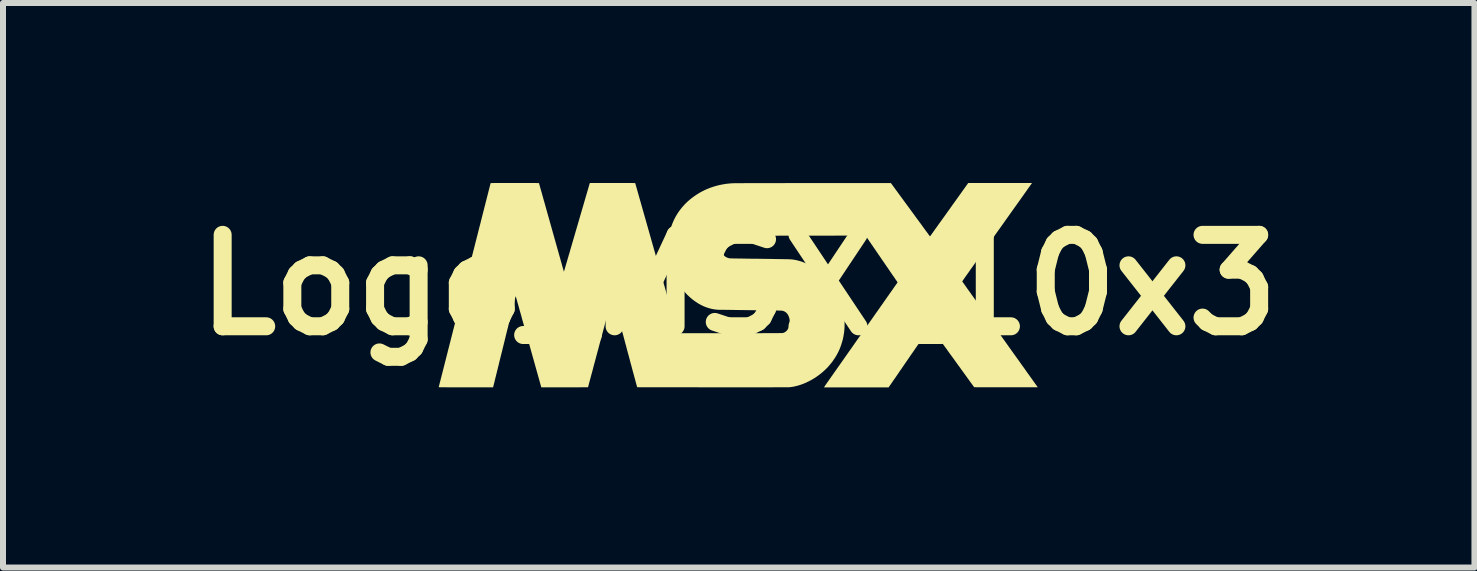
<source format=kicad_pcb>
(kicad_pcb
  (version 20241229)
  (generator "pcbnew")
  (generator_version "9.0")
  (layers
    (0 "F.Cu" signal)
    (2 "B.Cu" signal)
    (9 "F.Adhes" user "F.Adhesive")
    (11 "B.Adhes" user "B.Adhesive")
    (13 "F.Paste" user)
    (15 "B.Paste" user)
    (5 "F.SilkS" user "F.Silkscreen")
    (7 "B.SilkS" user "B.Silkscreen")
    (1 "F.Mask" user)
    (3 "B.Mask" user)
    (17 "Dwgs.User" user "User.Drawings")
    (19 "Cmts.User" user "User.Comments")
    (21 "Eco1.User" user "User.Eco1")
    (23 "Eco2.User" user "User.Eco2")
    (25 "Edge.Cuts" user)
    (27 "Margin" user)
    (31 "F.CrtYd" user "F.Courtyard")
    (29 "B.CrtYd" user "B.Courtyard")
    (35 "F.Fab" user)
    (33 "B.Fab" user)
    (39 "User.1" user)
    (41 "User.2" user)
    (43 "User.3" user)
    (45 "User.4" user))
  (footprint "Logo_MSX_10x3"
    (layer "F.Cu")
    (at 9.26 1.698)
    (property "Reference" "Logo_MSX_10x3" (at 0 0 0) (layer "F.SilkS") (effects (font (size 1.524 1.524) (thickness 0.3))))
    (attr board_only exclude_from_pos_files exclude_from_bom)
    (fp_poly (pts (xy -2.058 -1.698) (xy -2.017 -1.698) (xy -1.98 -1.698) (xy -1.946 -1.698) (xy -1.915 -1.698) (xy -1.887 -1.698) (xy -1.861 -1.698) (xy -1.839 -1.698) (xy -1.819 -1.698) (xy -1.801 -1.698) (xy -1.786 -1.698) (xy -1.772 -1.698) (xy -1.761 -1.698) (xy -1.752 -1.697) (xy -1.744 -1.697) (xy -1.738 -1.697) (xy -1.733 -1.697) (xy -1.729 -1.697) (xy -1.727 -1.696) (xy -1.725 -1.696) (xy -1.724 -1.696) (xy -1.724 -1.695) (xy -1.724 -1.694) (xy -1.723 -1.692) (xy -1.723 -1.689) (xy -1.721 -1.684) (xy -1.72 -1.679) (xy -1.718 -1.672) (xy -1.716 -1.667) (xy -1.716 -1.665) (xy -1.715 -1.662) (xy -1.714 -1.657) (xy -1.711 -1.649) (xy -1.709 -1.639) (xy -1.705 -1.628) (xy -1.704 -1.622) (xy -1.7 -1.611) (xy -1.697 -1.6) (xy -1.695 -1.591) (xy -1.693 -1.585) (xy -1.692 -1.581) (xy -1.692 -1.58) (xy -1.691 -1.578) (xy -1.69 -1.573) (xy -1.688 -1.567) (xy -1.686 -1.561) (xy -1.685 -1.557) (xy -1.684 -1.554) (xy -1.684 -1.552) (xy -1.682 -1.547) (xy -1.681 -1.541) (xy -1.679 -1.535) (xy -1.677 -1.53) (xy -1.677 -1.528) (xy -1.676 -1.525) (xy -1.675 -1.52) (xy -1.672 -1.511) (xy -1.669 -1.501) (xy -1.666 -1.489) (xy -1.662 -1.476) (xy -1.661 -1.472) (xy -1.657 -1.458) (xy -1.654 -1.446) (xy -1.651 -1.435) (xy -1.648 -1.427) (xy -1.646 -1.421) (xy -1.646 -1.417) (xy -1.646 -1.417) (xy -1.645 -1.414) (xy -1.643 -1.409) (xy -1.642 -1.404) (xy -1.64 -1.398) (xy -1.639 -1.393) (xy -1.638 -1.39) (xy -1.637 -1.388) (xy -1.636 -1.382) (xy -1.633 -1.374) (xy -1.63 -1.364) (xy -1.627 -1.352) (xy -1.623 -1.338) (xy -1.622 -1.334) (xy -1.618 -1.321) (xy -1.615 -1.309) (xy -1.612 -1.298) (xy -1.609 -1.289) (xy -1.608 -1.283) (xy -1.607 -1.28) (xy -1.607 -1.28) (xy -1.606 -1.277) (xy -1.604 -1.272) (xy -1.603 -1.267) (xy -1.601 -1.26) (xy -1.6 -1.255) (xy -1.599 -1.253) (xy -1.598 -1.25) (xy -1.597 -1.245) (xy -1.594 -1.237) (xy -1.591 -1.226) (xy -1.588 -1.214) (xy -1.584 -1.201) (xy -1.583 -1.197) (xy -1.579 -1.184) (xy -1.576 -1.171) (xy -1.573 -1.161) (xy -1.57 -1.152) (xy -1.569 -1.146) (xy -1.568 -1.143) (xy -1.568 -1.142) (xy -1.567 -1.14) (xy -1.565 -1.135) (xy -1.564 -1.129) (xy -1.562 -1.123) (xy -1.561 -1.118) (xy -1.56 -1.115) (xy -1.559 -1.113) (xy -1.558 -1.108) (xy -1.555 -1.099) (xy -1.552 -1.089) (xy -1.549 -1.077) (xy -1.545 -1.064) (xy -1.544 -1.06) (xy -1.54 -1.046) (xy -1.537 -1.034) (xy -1.534 -1.023) (xy -1.531 -1.015) (xy -1.53 -1.009) (xy -1.529 -1.005) (xy -1.529 -1.005) (xy -1.528 -1.002) (xy -1.526 -0.997) (xy -1.525 -0.992) (xy -1.523 -0.986) (xy -1.522 -0.981) (xy -1.521 -0.978) (xy -1.52 -0.976) (xy -1.519 -0.97) (xy -1.516 -0.962) (xy -1.513 -0.952) (xy -1.51 -0.94) (xy -1.506 -0.926) (xy -1.505 -0.922) (xy -1.501 -0.909) (xy -1.498 -0.897) (xy -1.495 -0.886) (xy -1.492 -0.877) (xy -1.491 -0.871) (xy -1.49 -0.868) (xy -1.49 -0.868) (xy -1.489 -0.865) (xy -1.487 -0.86) (xy -1.486 -0.855) (xy -1.484 -0.848) (xy -1.483 -0.843) (xy -1.482 -0.841) (xy -1.481 -0.838) (xy -1.48 -0.833) (xy -1.477 -0.825) (xy -1.475 -0.814) (xy -1.471 -0.802) (xy -1.467 -0.789) (xy -1.466 -0.785) (xy -1.462 -0.772) (xy -1.459 -0.759) (xy -1.456 -0.749) (xy -1.453 -0.74) (xy -1.452 -0.734) (xy -1.451 -0.731) (xy -1.451 -0.73) (xy -1.45 -0.728) (xy -1.449 -0.723) (xy -1.447 -0.717) (xy -1.445 -0.711) (xy -1.444 -0.706) (xy -1.443 -0.703) (xy -1.442 -0.701) (xy -1.441 -0.695) (xy -1.438 -0.687) (xy -1.436 -0.677) (xy -1.432 -0.665) (xy -1.428 -0.652) (xy -1.427 -0.648) (xy -1.423 -0.634) (xy -1.42 -0.622) (xy -1.417 -0.611) (xy -1.414 -0.603) (xy -1.413 -0.596) (xy -1.412 -0.593) (xy -1.412 -0.593) (xy -1.411 -0.59) (xy -1.41 -0.585) (xy -1.408 -0.58) (xy -1.406 -0.574) (xy -1.405 -0.569) (xy -1.404 -0.567) (xy -1.404 -0.564) (xy -1.402 -0.559) (xy -1.401 -0.554) (xy -1.399 -0.548) (xy -1.397 -0.543) (xy -1.397 -0.54) (xy -1.396 -0.538) (xy -1.394 -0.532) (xy -1.392 -0.524) (xy -1.389 -0.514) (xy -1.386 -0.503) (xy -1.385 -0.497) (xy -1.381 -0.486) (xy -1.378 -0.475) (xy -1.376 -0.467) (xy -1.374 -0.46) (xy -1.373 -0.456) (xy -1.373 -0.456) (xy -1.372 -0.453) (xy -1.371 -0.448) (xy -1.369 -0.443) (xy -1.367 -0.437) (xy -1.366 -0.432) (xy -1.365 -0.43) (xy -1.365 -0.427) (xy -1.363 -0.422) (xy -1.362 -0.417) (xy -1.36 -0.41) (xy -1.358 -0.405) (xy -1.358 -0.403) (xy -1.357 -0.4) (xy -1.355 -0.395) (xy -1.353 -0.387) (xy -1.35 -0.377) (xy -1.347 -0.365) (xy -1.346 -0.36) (xy -1.342 -0.348) (xy -1.339 -0.338) (xy -1.337 -0.329) (xy -1.335 -0.323) (xy -1.334 -0.319) (xy -1.334 -0.318) (xy -1.333 -0.316) (xy -1.332 -0.311) (xy -1.33 -0.305) (xy -1.328 -0.299) (xy -1.327 -0.294) (xy -1.326 -0.292) (xy -1.326 -0.29) (xy -1.324 -0.285) (xy -1.323 -0.279) (xy -1.321 -0.273) (xy -1.319 -0.268) (xy -1.319 -0.265) (xy -1.318 -0.263) (xy -1.316 -0.257) (xy -1.314 -0.249) (xy -1.311 -0.239) (xy -1.308 -0.228) (xy -1.307 -0.223) (xy -1.303 -0.211) (xy -1.3 -0.201) (xy -1.298 -0.192) (xy -1.296 -0.185) (xy -1.295 -0.182) (xy -1.295 -0.181) (xy -1.294 -0.178) (xy -1.293 -0.173) (xy -1.291 -0.168) (xy -1.289 -0.162) (xy -1.288 -0.157) (xy -1.287 -0.155) (xy -1.287 -0.152) (xy -1.285 -0.147) (xy -1.284 -0.142) (xy -1.282 -0.136) (xy -1.28 -0.131) (xy -1.28 -0.128) (xy -1.279 -0.126) (xy -1.277 -0.12) (xy -1.275 -0.112) (xy -1.272 -0.102) (xy -1.269 -0.091) (xy -1.268 -0.085) (xy -1.264 -0.074) (xy -1.261 -0.063) (xy -1.259 -0.055) (xy -1.257 -0.048) (xy -1.256 -0.044) (xy -1.256 -0.044) (xy -1.255 -0.041) (xy -1.254 -0.036) (xy -1.252 -0.031) (xy -1.25 -0.024) (xy -1.249 -0.02) (xy -1.248 -0.018) (xy -1.248 -0.015) (xy -1.246 -0.01) (xy -1.245 -0.005) (xy -1.243 0.002) (xy -1.241 0.007) (xy -1.241 0.009) (xy -1.24 0.012) (xy -1.238 0.017) (xy -1.236 0.025) (xy -1.233 0.035) (xy -1.23 0.047) (xy -1.229 0.052) (xy -1.225 0.064) (xy -1.222 0.074) (xy -1.22 0.083) (xy -1.218 0.089) (xy -1.217 0.093) (xy -1.217 0.094) (xy -1.216 0.096) (xy -1.215 0.101) (xy -1.213 0.107) (xy -1.211 0.113) (xy -1.21 0.118) (xy -1.209 0.12) (xy -1.209 0.122) (xy -1.207 0.127) (xy -1.206 0.133) (xy -1.204 0.139) (xy -1.202 0.144) (xy -1.202 0.147) (xy -1.201 0.149) (xy -1.2 0.155) (xy -1.197 0.163) (xy -1.194 0.173) (xy -1.191 0.184) (xy -1.19 0.189) (xy -1.186 0.201) (xy -1.183 0.211) (xy -1.181 0.22) (xy -1.179 0.227) (xy -1.178 0.23) (xy -1.178 0.231) (xy -1.177 0.234) (xy -1.176 0.239) (xy -1.174 0.244) (xy -1.172 0.25) (xy -1.171 0.255) (xy -1.17 0.257) (xy -1.17 0.26) (xy -1.168 0.265) (xy -1.167 0.27) (xy -1.165 0.276) (xy -1.163 0.282) (xy -1.163 0.284) (xy -1.162 0.287) (xy -1.161 0.292) (xy -1.158 0.3) (xy -1.155 0.31) (xy -1.152 0.321) (xy -1.151 0.327) (xy -1.147 0.338) (xy -1.144 0.349) (xy -1.142 0.358) (xy -1.14 0.364) (xy -1.139 0.368) (xy -1.139 0.368) (xy -1.138 0.371) (xy -1.137 0.376) (xy -1.135 0.381) (xy -1.133 0.388) (xy -1.132 0.392) (xy -1.131 0.394) (xy -1.131 0.397) (xy -1.129 0.402) (xy -1.128 0.407) (xy -1.126 0.414) (xy -1.124 0.419) (xy -1.124 0.421) (xy -1.123 0.424) (xy -1.122 0.429) (xy -1.119 0.437) (xy -1.116 0.447) (xy -1.113 0.459) (xy -1.112 0.464) (xy -1.108 0.476) (xy -1.105 0.486) (xy -1.103 0.495) (xy -1.101 0.501) (xy -1.1 0.505) (xy -1.1 0.506) (xy -1.099 0.508) (xy -1.098 0.513) (xy -1.096 0.519) (xy -1.094 0.525) (xy -1.093 0.53) (xy -1.092 0.532) (xy -1.092 0.534) (xy -1.09 0.539) (xy -1.089 0.545) (xy -1.087 0.551) (xy -1.085 0.556) (xy -1.085 0.559) (xy -1.084 0.561) (xy -1.083 0.567) (xy -1.08 0.575) (xy -1.077 0.585) (xy -1.074 0.596) (xy -1.073 0.601) (xy -1.069 0.613) (xy -1.066 0.623) (xy -1.064 0.632) (xy -1.062 0.639) (xy -1.061 0.642) (xy -1.061 0.643) (xy -1.06 0.646) (xy -1.059 0.651) (xy -1.057 0.656) (xy -1.055 0.662) (xy -1.054 0.667) (xy -1.053 0.669) (xy -1.053 0.672) (xy -1.051 0.677) (xy -1.05 0.682) (xy -1.048 0.688) (xy -1.046 0.694) (xy -1.046 0.696) (xy -1.045 0.699) (xy -1.044 0.704) (xy -1.041 0.712) (xy -1.039 0.722) (xy -1.035 0.733) (xy -1.034 0.739) (xy -1.03 0.75) (xy -1.027 0.761) (xy -1.025 0.77) (xy -1.023 0.776) (xy -1.022 0.78) (xy -1.022 0.78) (xy -1.021 0.783) (xy -1.02 0.788) (xy -1.018 0.794) (xy -1.015 0.805) (xy -0.22 0.804) (xy -0.148 0.804) (xy -0.079 0.804) (xy -0.014 0.804) (xy 0.047 0.804) (xy 0.106 0.804) (xy 0.161 0.804) (xy 0.212 0.804) (xy 0.261 0.804) (xy 0.307 0.804) (xy 0.35 0.804) (xy 0.39 0.804) (xy 0.427 0.803) (xy 0.462 0.803) (xy 0.494 0.803) (xy 0.523 0.803) (xy 0.551 0.803) (xy 0.575 0.803) (xy 0.598 0.803) (xy 0.619 0.803) (xy 0.637 0.803) (xy 0.654 0.803) (xy 0.669 0.803) (xy 0.682 0.802) (xy 0.693 0.802) (xy 0.703 0.802) (xy 0.711 0.802) (xy 0.718 0.802) (xy 0.724 0.802) (xy 0.728 0.802) (xy 0.731 0.801) (xy 0.734 0.801) (xy 0.735 0.801) (xy 0.755 0.795) (xy 0.773 0.785) (xy 0.79 0.772) (xy 0.805 0.757) (xy 0.818 0.738) (xy 0.829 0.717) (xy 0.838 0.693) (xy 0.845 0.667) (xy 0.848 0.652) (xy 0.848 0.646) (xy 0.849 0.637) (xy 0.849 0.626) (xy 0.849 0.615) (xy 0.849 0.603) (xy 0.849 0.592) (xy 0.848 0.583) (xy 0.848 0.577) (xy 0.848 0.576) (xy 0.842 0.55) (xy 0.834 0.526) (xy 0.824 0.504) (xy 0.811 0.484) (xy 0.797 0.467) (xy 0.78 0.453) (xy 0.762 0.442) (xy 0.743 0.434) (xy 0.724 0.43) (xy 0.722 0.429) (xy 0.72 0.429) (xy 0.717 0.429) (xy 0.714 0.429) (xy 0.709 0.428) (xy 0.704 0.428) (xy 0.697 0.428) (xy 0.689 0.428) (xy 0.679 0.428) (xy 0.668 0.427) (xy 0.655 0.427) (xy 0.639 0.427) (xy 0.621 0.427) (xy 0.6 0.426) (xy 0.577 0.426) (xy 0.551 0.426) (xy 0.522 0.425) (xy 0.49 0.425) (xy 0.454 0.424) (xy 0.432 0.424) (xy 0.421 0.424) (xy 0.406 0.424) (xy 0.389 0.424) (xy 0.37 0.423) (xy 0.35 0.423) (xy 0.33 0.423) (xy 0.309 0.422) (xy 0.296 0.422) (xy 0.276 0.422) (xy 0.255 0.422) (xy 0.233 0.421) (xy 0.213 0.421) (xy 0.194 0.421) (xy 0.176 0.421) (xy 0.161 0.42) (xy 0.154 0.42) (xy 0.141 0.42) (xy 0.125 0.42) (xy 0.106 0.42) (xy 0.086 0.419) (xy 0.065 0.419) (xy 0.044 0.419) (xy 0.024 0.419) (xy 0.019 0.419) (xy -0.002 0.418) (xy -0.023 0.418) (xy -0.046 0.418) (xy -0.068 0.417) (xy -0.088 0.417) (xy -0.107 0.417) (xy -0.124 0.417) (xy -0.126 0.417) (xy -0.143 0.416) (xy -0.162 0.416) (xy -0.183 0.416) (xy -0.205 0.416) (xy -0.227 0.415) (xy -0.248 0.415) (xy -0.264 0.415) (xy -0.286 0.415) (xy -0.304 0.414) (xy -0.32 0.414) (xy -0.334 0.414) (xy -0.345 0.413) (xy -0.356 0.413) (xy -0.365 0.412) (xy -0.374 0.411) (xy -0.383 0.41) (xy -0.392 0.409) (xy -0.402 0.408) (xy -0.407 0.407) (xy -0.412 0.406) (xy -0.418 0.406) (xy -0.418 0.405) (xy -0.423 0.404) (xy -0.428 0.404) (xy -0.433 0.403) (xy -0.436 0.402) (xy -0.44 0.401) (xy -0.445 0.4) (xy -0.45 0.399) (xy -0.454 0.398) (xy -0.46 0.397) (xy -0.462 0.396) (xy -0.467 0.395) (xy -0.47 0.394) (xy -0.474 0.393) (xy -0.476 0.393) (xy -0.48 0.392) (xy -0.486 0.39) (xy -0.49 0.389) (xy -0.496 0.387) (xy -0.501 0.386) (xy -0.503 0.385) (xy -0.507 0.384) (xy -0.513 0.382) (xy -0.52 0.38) (xy -0.528 0.377) (xy -0.534 0.375) (xy -0.538 0.373) (xy -0.539 0.373) (xy -0.542 0.372) (xy -0.548 0.37) (xy -0.556 0.367) (xy -0.561 0.365) (xy -0.585 0.355) (xy -0.61 0.343) (xy -0.636 0.33) (xy -0.661 0.316) (xy -0.672 0.31) (xy -0.721 0.278) (xy -0.768 0.244) (xy -0.813 0.206) (xy -0.856 0.166) (xy -0.897 0.122) (xy -0.936 0.076) (xy -0.972 0.028) (xy -1.005 -0.023) (xy -1.036 -0.077) (xy -1.055 -0.113) (xy -1.061 -0.125) (xy -1.065 -0.134) (xy -1.069 -0.143) (xy -1.074 -0.152) (xy -1.078 -0.162) (xy -1.079 -0.163) (xy -1.082 -0.17) (xy -1.084 -0.176) (xy -1.085 -0.178) (xy -1.091 -0.192) (xy -1.098 -0.21) (xy -1.106 -0.23) (xy -1.113 -0.252) (xy -1.12 -0.275) (xy -1.127 -0.298) (xy -1.134 -0.32) (xy -1.14 -0.342) (xy -1.145 -0.362) (xy -1.148 -0.378) (xy -1.149 -0.382) (xy -1.15 -0.388) (xy -1.151 -0.391) (xy -1.153 -0.401) (xy -1.154 -0.409) (xy -1.156 -0.416) (xy -1.157 -0.422) (xy -1.157 -0.426) (xy -1.158 -0.432) (xy -1.159 -0.436) (xy -1.159 -0.437) (xy -1.16 -0.441) (xy -1.161 -0.447) (xy -1.161 -0.449) (xy -1.162 -0.455) (xy -1.163 -0.459) (xy -1.163 -0.46) (xy -1.164 -0.467) (xy -1.165 -0.476) (xy -1.166 -0.487) (xy -1.168 -0.5) (xy -1.168 -0.506) (xy -1.169 -0.513) (xy -1.17 -0.521) (xy -1.17 -0.525) (xy -1.171 -0.54) (xy -1.172 -0.557) (xy -1.173 -0.577) (xy -1.174 -0.599) (xy -1.174 -0.622) (xy -1.174 -0.646) (xy -1.174 -0.669) (xy -1.173 -0.692) (xy -1.173 -0.713) (xy -1.172 -0.733) (xy -1.17 -0.75) (xy -1.17 -0.752) (xy -1.169 -0.76) (xy -1.169 -0.769) (xy -1.168 -0.778) (xy -1.167 -0.784) (xy -1.167 -0.787) (xy -1.166 -0.791) (xy -1.165 -0.798) (xy -1.165 -0.802) (xy -1.164 -0.808) (xy -1.163 -0.814) (xy -1.163 -0.816) (xy -1.162 -0.82) (xy -1.161 -0.826) (xy -1.161 -0.826) (xy -1.159 -0.836) (xy -1.157 -0.846) (xy -1.155 -0.856) (xy -1.154 -0.861) (xy -1.153 -0.867) (xy -1.152 -0.874) (xy -1.149 -0.885) (xy -1.146 -0.898) (xy -1.142 -0.912) (xy -1.138 -0.926) (xy -1.134 -0.941) (xy -1.13 -0.955) (xy -1.126 -0.967) (xy -1.125 -0.97) (xy -1.104 -1.027) (xy -1.08 -1.082) (xy -1.053 -1.135) (xy -1.022 -1.187) (xy -0.988 -1.237) (xy -0.95 -1.285) (xy -0.944 -1.293) (xy -0.902 -1.34) (xy -0.858 -1.384) (xy -0.811 -1.425) (xy -0.761 -1.464) (xy -0.709 -1.5) (xy -0.655 -1.534) (xy -0.598 -1.565) (xy -0.597 -1.565) (xy -0.587 -1.57) (xy -0.578 -1.575) (xy -0.569 -1.579) (xy -0.563 -1.582) (xy -0.562 -1.582) (xy -0.554 -1.586) (xy -0.545 -1.59) (xy -0.537 -1.594) (xy -0.53 -1.597) (xy -0.525 -1.599) (xy -0.522 -1.6) (xy -0.522 -1.6) (xy -0.52 -1.601) (xy -0.516 -1.602) (xy -0.514 -1.603) (xy -0.509 -1.605) (xy -0.504 -1.607) (xy -0.504 -1.607) (xy -0.499 -1.609) (xy -0.496 -1.611) (xy -0.49 -1.613) (xy -0.482 -1.616) (xy -0.472 -1.62) (xy -0.46 -1.624) (xy -0.448 -1.628) (xy -0.436 -1.632) (xy -0.425 -1.636) (xy -0.414 -1.639) (xy -0.405 -1.642) (xy -0.399 -1.644) (xy -0.395 -1.644) (xy -0.395 -1.644) (xy -0.392 -1.645) (xy -0.388 -1.647) (xy -0.387 -1.647) (xy -0.383 -1.649) (xy -0.381 -1.649) (xy -0.38 -1.649) (xy -0.379 -1.649) (xy -0.375 -1.65) (xy -0.373 -1.651) (xy -0.367 -1.653) (xy -0.362 -1.654) (xy -0.361 -1.655) (xy -0.357 -1.656) (xy -0.351 -1.657) (xy -0.345 -1.658) (xy -0.34 -1.66) (xy -0.337 -1.66) (xy -0.333 -1.661) (xy -0.327 -1.663) (xy -0.322 -1.664) (xy -0.315 -1.666) (xy -0.307 -1.667) (xy -0.303 -1.668) (xy -0.298 -1.669) (xy -0.295 -1.67) (xy -0.295 -1.67) (xy -0.292 -1.67) (xy -0.288 -1.671) (xy -0.287 -1.671) (xy -0.281 -1.672) (xy -0.277 -1.673) (xy -0.277 -1.673) (xy -0.273 -1.674) (xy -0.268 -1.675) (xy -0.267 -1.675) (xy -0.255 -1.677) (xy -0.248 -1.679) (xy -0.244 -1.679) (xy -0.238 -1.68) (xy -0.236 -1.68) (xy -0.23 -1.681) (xy -0.225 -1.682) (xy -0.224 -1.682) (xy -0.22 -1.683) (xy -0.214 -1.684) (xy -0.209 -1.684) (xy -0.203 -1.685) (xy -0.197 -1.686) (xy -0.195 -1.686) (xy -0.191 -1.687) (xy -0.185 -1.687) (xy -0.178 -1.688) (xy -0.178 -1.688) (xy -0.17 -1.689) (xy -0.163 -1.69) (xy -0.159 -1.69) (xy -0.154 -1.69) (xy -0.146 -1.691) (xy -0.136 -1.692) (xy -0.127 -1.693) (xy -0.118 -1.693) (xy -0.11 -1.694) (xy -0.107 -1.694) (xy -0.103 -1.694) (xy -0.096 -1.694) (xy -0.088 -1.694) (xy -0.078 -1.695) (xy -0.067 -1.695) (xy -0.053 -1.695) (xy -0.038 -1.695) (xy -0.02 -1.695) (xy -0.001 -1.695) (xy 0.021 -1.695) (xy 0.045 -1.695) (xy 0.071 -1.695) (xy 0.1 -1.696) (xy 0.131 -1.696) (xy 0.165 -1.696) (xy 0.201 -1.696) (xy 0.239 -1.696) (xy 0.28 -1.696) (xy 0.324 -1.696) (xy 0.371 -1.696) (xy 0.421 -1.696) (xy 0.473 -1.696) (xy 0.529 -1.696) (xy 0.587 -1.696) (xy 0.649 -1.696) (xy 0.714 -1.696) (xy 0.782 -1.697) (xy 0.853 -1.697) (xy 0.928 -1.697) (xy 1.006 -1.697) (xy 1.087 -1.697) (xy 1.172 -1.697) (xy 1.261 -1.697) (xy 1.338 -1.697) (xy 2.536 -1.697) (xy 2.551 -1.677) (xy 2.556 -1.67) (xy 2.561 -1.663) (xy 2.567 -1.655) (xy 2.573 -1.646) (xy 2.581 -1.636) (xy 2.59 -1.624) (xy 2.6 -1.61) (xy 2.612 -1.593) (xy 2.626 -1.574) (xy 2.626 -1.574) (xy 2.635 -1.563) (xy 2.643 -1.551) (xy 2.652 -1.538) (xy 2.66 -1.528) (xy 2.664 -1.522) (xy 2.671 -1.513) (xy 2.679 -1.502) (xy 2.688 -1.49) (xy 2.697 -1.477) (xy 2.705 -1.466) (xy 2.714 -1.455) (xy 2.723 -1.442) (xy 2.732 -1.43) (xy 2.74 -1.419) (xy 2.746 -1.41) (xy 2.754 -1.399) (xy 2.763 -1.387) (xy 2.772 -1.375) (xy 2.78 -1.364) (xy 2.781 -1.363) (xy 2.788 -1.354) (xy 2.796 -1.342) (xy 2.805 -1.33) (xy 2.814 -1.318) (xy 2.822 -1.307) (xy 2.83 -1.296) (xy 2.839 -1.284) (xy 2.847 -1.273) (xy 2.854 -1.263) (xy 2.86 -1.255) (xy 2.86 -1.255) (xy 2.866 -1.247) (xy 2.873 -1.237) (xy 2.881 -1.226) (xy 2.89 -1.214) (xy 2.898 -1.203) (xy 2.898 -1.203) (xy 2.907 -1.191) (xy 2.916 -1.179) (xy 2.925 -1.167) (xy 2.933 -1.155) (xy 2.939 -1.147) (xy 2.947 -1.136) (xy 2.956 -1.123) (xy 2.965 -1.111) (xy 2.973 -1.1) (xy 2.974 -1.099) (xy 2.981 -1.09) (xy 2.989 -1.079) (xy 2.998 -1.067) (xy 3.007 -1.054) (xy 3.015 -1.043) (xy 3.024 -1.032) (xy 3.033 -1.019) (xy 3.042 -1.007) (xy 3.05 -0.996) (xy 3.056 -0.987) (xy 3.069 -0.97) (xy 3.079 -0.955) (xy 3.088 -0.943) (xy 3.096 -0.932) (xy 3.103 -0.923) (xy 3.109 -0.914) (xy 3.115 -0.906) (xy 3.121 -0.898) (xy 3.127 -0.89) (xy 3.133 -0.883) (xy 3.141 -0.871) (xy 3.15 -0.86) (xy 3.158 -0.848) (xy 3.165 -0.838) (xy 3.171 -0.83) (xy 3.172 -0.829) (xy 3.177 -0.822) (xy 3.182 -0.816) (xy 3.185 -0.811) (xy 3.187 -0.809) (xy 3.187 -0.809) (xy 3.188 -0.811) (xy 3.192 -0.815) (xy 3.197 -0.821) (xy 3.203 -0.83) (xy 3.211 -0.84) (xy 3.219 -0.852) (xy 3.228 -0.865) (xy 3.233 -0.871) (xy 3.243 -0.886) (xy 3.256 -0.903) (xy 3.27 -0.924) (xy 3.286 -0.946) (xy 3.304 -0.971) (xy 3.323 -0.998) (xy 3.343 -1.026) (xy 3.365 -1.056) (xy 3.387 -1.087) (xy 3.41 -1.119) (xy 3.434 -1.152) (xy 3.458 -1.186) (xy 3.482 -1.22) (xy 3.507 -1.254) (xy 3.531 -1.288) (xy 3.555 -1.322) (xy 3.579 -1.356) (xy 3.603 -1.389) (xy 3.626 -1.421) (xy 3.648 -1.452) (xy 3.669 -1.481) (xy 3.677 -1.492) (xy 3.694 -1.516) (xy 3.71 -1.538) (xy 3.725 -1.56) (xy 3.74 -1.581) (xy 3.754 -1.6) (xy 3.767 -1.618) (xy 3.779 -1.635) (xy 3.789 -1.649) (xy 3.798 -1.662) (xy 3.805 -1.672) (xy 3.811 -1.679) (xy 3.814 -1.684) (xy 3.815 -1.686) (xy 3.824 -1.698) (xy 4.356 -1.698) (xy 4.4 -1.698) (xy 4.443 -1.698) (xy 4.485 -1.698) (xy 4.526 -1.698) (xy 4.565 -1.698) (xy 4.603 -1.698) (xy 4.639 -1.698) (xy 4.673 -1.698) (xy 4.706 -1.698) (xy 4.736 -1.698) (xy 4.764 -1.698) (xy 4.789 -1.698) (xy 4.812 -1.698) (xy 4.832 -1.698) (xy 4.849 -1.698) (xy 4.863 -1.698) (xy 4.874 -1.698) (xy 4.882 -1.697) (xy 4.886 -1.697) (xy 4.887 -1.697) (xy 4.886 -1.696) (xy 4.883 -1.691) (xy 4.878 -1.684) (xy 4.87 -1.674) (xy 4.861 -1.661) (xy 4.85 -1.646) (xy 4.838 -1.628) (xy 4.823 -1.608) (xy 4.807 -1.585) (xy 4.79 -1.56) (xy 4.77 -1.533) (xy 4.75 -1.504) (xy 4.728 -1.473) (xy 4.704 -1.44) (xy 4.68 -1.405) (xy 4.654 -1.369) (xy 4.627 -1.331) (xy 4.598 -1.291) (xy 4.569 -1.25) (xy 4.539 -1.208) (xy 4.508 -1.164) (xy 4.476 -1.119) (xy 4.443 -1.073) (xy 4.41 -1.026) (xy 4.376 -0.978) (xy 4.341 -0.929) (xy 4.306 -0.88) (xy 4.305 -0.879) (xy 4.258 -0.812) (xy 4.212 -0.748) (xy 4.169 -0.687) (xy 4.127 -0.629) (xy 4.088 -0.573) (xy 4.05 -0.521) (xy 4.015 -0.47) (xy 3.981 -0.423) (xy 3.95 -0.379) (xy 3.92 -0.337) (xy 3.893 -0.298) (xy 3.867 -0.263) (xy 3.844 -0.229) (xy 3.823 -0.199) (xy 3.803 -0.172) (xy 3.786 -0.148) (xy 3.771 -0.126) (xy 3.758 -0.108) (xy 3.747 -0.092) (xy 3.739 -0.079) (xy 3.732 -0.07) (xy 3.727 -0.063) (xy 3.725 -0.059) (xy 3.725 -0.059) (xy 3.725 -0.058) (xy 3.725 -0.058) (xy 3.726 -0.057) (xy 3.726 -0.056) (xy 3.728 -0.054) (xy 3.729 -0.052) (xy 3.731 -0.049) (xy 3.734 -0.045) (xy 3.737 -0.04) (xy 3.742 -0.034) (xy 3.747 -0.027) (xy 3.753 -0.019) (xy 3.76 -0.009) (xy 3.768 0.002) (xy 3.777 0.015) (xy 3.787 0.03) (xy 3.799 0.046) (xy 3.812 0.065) (xy 3.827 0.086) (xy 3.844 0.109) (xy 3.862 0.134) (xy 3.881 0.162) (xy 3.903 0.192) (xy 3.926 0.225) (xy 3.952 0.26) (xy 3.979 0.299) (xy 4.046 0.393) (xy 4.113 0.486) (xy 4.179 0.579) (xy 4.245 0.671) (xy 4.31 0.762) (xy 4.374 0.852) (xy 4.437 0.94) (xy 4.498 1.026) (xy 4.558 1.11) (xy 4.616 1.191) (xy 4.673 1.27) (xy 4.685 1.287) (xy 4.705 1.316) (xy 4.726 1.345) (xy 4.747 1.374) (xy 4.767 1.402) (xy 4.787 1.43) (xy 4.806 1.458) (xy 4.825 1.484) (xy 4.843 1.508) (xy 4.859 1.532) (xy 4.875 1.553) (xy 4.889 1.573) (xy 4.901 1.59) (xy 4.912 1.605) (xy 4.92 1.617) (xy 4.923 1.621) (xy 4.983 1.705) (xy 4.454 1.705) (xy 4.399 1.705) (xy 4.349 1.705) (xy 4.302 1.705) (xy 4.258 1.705) (xy 4.217 1.705) (xy 4.18 1.705) (xy 4.145 1.705) (xy 4.114 1.705) (xy 4.085 1.705) (xy 4.06 1.705) (xy 4.036 1.705) (xy 4.016 1.705) (xy 3.997 1.705) (xy 3.981 1.705) (xy 3.968 1.705) (xy 3.956 1.705) (xy 3.946 1.704) (xy 3.938 1.704) (xy 3.932 1.704) (xy 3.927 1.704) (xy 3.924 1.704) (xy 3.923 1.704) (xy 3.923 1.703) (xy 3.921 1.702) (xy 3.918 1.697) (xy 3.913 1.69) (xy 3.906 1.68) (xy 3.897 1.668) (xy 3.886 1.653) (xy 3.874 1.636) (xy 3.86 1.618) (xy 3.845 1.597) (xy 3.829 1.574) (xy 3.811 1.55) (xy 3.793 1.524) (xy 3.773 1.497) (xy 3.753 1.469) (xy 3.731 1.439) (xy 3.709 1.409) (xy 3.687 1.377) (xy 3.663 1.345) (xy 3.64 1.313) (xy 3.616 1.28) (xy 3.592 1.246) (xy 3.568 1.213) (xy 3.543 1.179) (xy 3.519 1.146) (xy 3.495 1.113) (xy 3.472 1.08) (xy 3.448 1.047) (xy 3.425 1.016) (xy 3.403 0.985) (xy 3.381 0.955) (xy 3.361 0.926) (xy 3.341 0.898) (xy 3.321 0.872) (xy 3.304 0.847) (xy 3.287 0.824) (xy 3.271 0.802) (xy 3.257 0.783) (xy 3.244 0.765) (xy 3.233 0.749) (xy 3.223 0.736) (xy 3.216 0.725) (xy 3.214 0.722) (xy 3.194 0.696) (xy 3.19 0.702) (xy 3.188 0.705) (xy 3.184 0.71) (xy 3.179 0.718) (xy 3.172 0.728) (xy 3.164 0.74) (xy 3.154 0.754) (xy 3.144 0.769) (xy 3.132 0.786) (xy 3.12 0.803) (xy 3.113 0.813) (xy 3.101 0.831) (xy 3.089 0.848) (xy 3.078 0.865) (xy 3.067 0.88) (xy 3.058 0.894) (xy 3.05 0.905) (xy 3.043 0.915) (xy 3.038 0.923) (xy 3.035 0.928) (xy 3.034 0.929) (xy 3.031 0.933) (xy 3.028 0.937) (xy 3.025 0.942) (xy 3.021 0.947) (xy 3.016 0.954) (xy 3.01 0.963) (xy 3.002 0.975) (xy 2.995 0.986) (xy 2.986 0.999) (xy 2.978 1.01) (xy 2.972 1.018) (xy 2.968 1.025) (xy 2.964 1.03) (xy 2.961 1.035) (xy 2.958 1.039) (xy 2.956 1.042) (xy 2.954 1.045) (xy 2.95 1.051) (xy 2.944 1.059) (xy 2.937 1.07) (xy 2.928 1.083) (xy 2.917 1.099) (xy 2.905 1.116) (xy 2.892 1.135) (xy 2.877 1.156) (xy 2.862 1.178) (xy 2.846 1.202) (xy 2.829 1.226) (xy 2.812 1.252) (xy 2.794 1.277) (xy 2.776 1.303) (xy 2.759 1.328) (xy 2.742 1.353) (xy 2.726 1.376) (xy 2.711 1.399) (xy 2.696 1.419) (xy 2.683 1.438) (xy 2.671 1.456) (xy 2.661 1.471) (xy 2.652 1.484) (xy 2.644 1.495) (xy 2.639 1.503) (xy 2.635 1.509) (xy 2.633 1.512) (xy 2.63 1.516) (xy 2.627 1.52) (xy 2.624 1.524) (xy 2.62 1.53) (xy 2.616 1.537) (xy 2.61 1.546) (xy 2.602 1.557) (xy 2.594 1.568) (xy 2.579 1.589) (xy 2.566 1.608) (xy 2.554 1.626) (xy 2.543 1.642) (xy 2.531 1.66) (xy 2.518 1.678) (xy 2.497 1.708) (xy 1.959 1.708) (xy 1.915 1.708) (xy 1.871 1.708) (xy 1.829 1.708) (xy 1.788 1.708) (xy 1.748 1.708) (xy 1.71 1.708) (xy 1.674 1.708) (xy 1.639 1.708) (xy 1.606 1.708) (xy 1.576 1.708) (xy 1.548 1.708) (xy 1.522 1.708) (xy 1.499 1.708) (xy 1.478 1.708) (xy 1.461 1.708) (xy 1.446 1.708) (xy 1.435 1.707) (xy 1.426 1.707) (xy 1.422 1.707) (xy 1.421 1.707) (xy 1.421 1.705) (xy 1.424 1.7) (xy 1.43 1.693) (xy 1.437 1.682) (xy 1.446 1.668) (xy 1.458 1.652) (xy 1.471 1.632) (xy 1.487 1.61) (xy 1.504 1.585) (xy 1.513 1.573) (xy 1.518 1.565) (xy 1.524 1.557) (xy 1.527 1.553) (xy 1.53 1.549) (xy 1.534 1.543) (xy 1.54 1.534) (xy 1.547 1.524) (xy 1.556 1.512) (xy 1.565 1.499) (xy 1.574 1.486) (xy 1.575 1.485) (xy 1.584 1.471) (xy 1.593 1.458) (xy 1.602 1.447) (xy 1.609 1.436) (xy 1.615 1.427) (xy 1.62 1.421) (xy 1.623 1.417) (xy 1.623 1.417) (xy 1.628 1.409) (xy 1.634 1.401) (xy 1.636 1.397) (xy 1.639 1.394) (xy 1.643 1.387) (xy 1.649 1.379) (xy 1.657 1.368) (xy 1.665 1.356) (xy 1.675 1.343) (xy 1.684 1.329) (xy 1.691 1.32) (xy 1.701 1.305) (xy 1.711 1.291) (xy 1.72 1.278) (xy 1.728 1.267) (xy 1.735 1.257) (xy 1.74 1.249) (xy 1.744 1.244) (xy 1.746 1.242) (xy 1.748 1.238) (xy 1.753 1.232) (xy 1.759 1.223) (xy 1.766 1.212) (xy 1.775 1.2) (xy 1.784 1.187) (xy 1.794 1.173) (xy 1.8 1.164) (xy 1.811 1.149) (xy 1.82 1.135) (xy 1.829 1.123) (xy 1.837 1.111) (xy 1.844 1.101) (xy 1.85 1.093) (xy 1.853 1.088) (xy 1.855 1.086) (xy 1.86 1.079) (xy 1.866 1.071) (xy 1.868 1.067) (xy 1.871 1.063) (xy 1.876 1.057) (xy 1.882 1.048) (xy 1.889 1.038) (xy 1.897 1.026) (xy 1.906 1.013) (xy 1.916 1) (xy 1.916 0.999) (xy 1.926 0.985) (xy 1.935 0.972) (xy 1.943 0.96) (xy 1.951 0.95) (xy 1.957 0.941) (xy 1.961 0.934) (xy 1.964 0.931) (xy 1.964 0.93) (xy 1.969 0.923) (xy 1.975 0.915) (xy 1.978 0.911) (xy 1.98 0.907) (xy 1.985 0.901) (xy 1.991 0.893) (xy 1.998 0.882) (xy 2.007 0.87) (xy 2.016 0.857) (xy 2.026 0.843) (xy 2.032 0.833) (xy 2.043 0.819) (xy 2.052 0.805) (xy 2.061 0.792) (xy 2.069 0.78) (xy 2.076 0.771) (xy 2.082 0.763) (xy 2.086 0.757) (xy 2.087 0.755) (xy 2.09 0.752) (xy 2.094 0.745) (xy 2.1 0.737) (xy 2.108 0.726) (xy 2.116 0.714) (xy 2.126 0.701) (xy 2.135 0.687) (xy 2.142 0.677) (xy 2.152 0.663) (xy 2.162 0.649) (xy 2.171 0.636) (xy 2.179 0.625) (xy 2.186 0.615) (xy 2.191 0.607) (xy 2.195 0.602) (xy 2.196 0.6) (xy 2.201 0.593) (xy 2.207 0.585) (xy 2.21 0.58) (xy 2.213 0.577) (xy 2.217 0.57) (xy 2.223 0.562) (xy 2.23 0.551) (xy 2.239 0.54) (xy 2.248 0.527) (xy 2.257 0.513) (xy 2.258 0.512) (xy 2.267 0.499) (xy 2.276 0.486) (xy 2.285 0.474) (xy 2.292 0.463) (xy 2.298 0.455) (xy 2.303 0.448) (xy 2.306 0.444) (xy 2.306 0.444) (xy 2.311 0.437) (xy 2.317 0.429) (xy 2.32 0.425) (xy 2.322 0.421) (xy 2.326 0.415) (xy 2.332 0.406) (xy 2.34 0.396) (xy 2.348 0.384) (xy 2.358 0.37) (xy 2.367 0.356) (xy 2.374 0.347) (xy 2.384 0.333) (xy 2.394 0.319) (xy 2.403 0.306) (xy 2.411 0.294) (xy 2.418 0.284) (xy 2.423 0.276) (xy 2.427 0.271) (xy 2.429 0.269) (xy 2.431 0.265) (xy 2.436 0.259) (xy 2.442 0.25) (xy 2.449 0.24) (xy 2.458 0.228) (xy 2.467 0.214) (xy 2.477 0.2) (xy 2.483 0.191) (xy 2.494 0.177) (xy 2.503 0.163) (xy 2.512 0.15) (xy 2.52 0.138) (xy 2.527 0.129) (xy 2.533 0.121) (xy 2.536 0.116) (xy 2.538 0.114) (xy 2.543 0.106) (xy 2.549 0.098) (xy 2.552 0.094) (xy 2.554 0.09) (xy 2.559 0.084) (xy 2.565 0.076) (xy 2.572 0.065) (xy 2.58 0.053) (xy 2.589 0.04) (xy 2.599 0.027) (xy 2.6 0.025) (xy 2.609 0.012) (xy 2.618 -0.001) (xy 2.626 -0.012) (xy 2.633 -0.021) (xy 2.638 -0.029) (xy 2.642 -0.035) (xy 2.644 -0.037) (xy 2.644 -0.038) (xy 2.646 -0.04) (xy 2.646 -0.043) (xy 2.644 -0.047) (xy 2.642 -0.051) (xy 2.638 -0.057) (xy 2.633 -0.064) (xy 2.632 -0.066) (xy 2.629 -0.071) (xy 2.624 -0.078) (xy 2.617 -0.087) (xy 2.61 -0.098) (xy 2.601 -0.111) (xy 2.593 -0.123) (xy 2.589 -0.129) (xy 2.58 -0.142) (xy 2.571 -0.154) (xy 2.563 -0.166) (xy 2.556 -0.176) (xy 2.55 -0.185) (xy 2.546 -0.191) (xy 2.545 -0.193) (xy 2.541 -0.198) (xy 2.536 -0.206) (xy 2.529 -0.215) (xy 2.522 -0.226) (xy 2.513 -0.239) (xy 2.505 -0.251) (xy 2.5 -0.258) (xy 2.491 -0.271) (xy 2.483 -0.284) (xy 2.474 -0.295) (xy 2.467 -0.306) (xy 2.461 -0.314) (xy 2.457 -0.321) (xy 2.456 -0.323) (xy 2.452 -0.328) (xy 2.447 -0.335) (xy 2.44 -0.345) (xy 2.433 -0.356) (xy 2.424 -0.369) (xy 2.415 -0.381) (xy 2.411 -0.388) (xy 2.402 -0.401) (xy 2.393 -0.413) (xy 2.385 -0.425) (xy 2.378 -0.436) (xy 2.372 -0.444) (xy 2.368 -0.451) (xy 2.366 -0.453) (xy 2.363 -0.458) (xy 2.358 -0.465) (xy 2.351 -0.475) (xy 2.344 -0.486) (xy 2.335 -0.498) (xy 2.326 -0.511) (xy 2.322 -0.518) (xy 2.313 -0.531) (xy 2.304 -0.543) (xy 2.296 -0.555) (xy 2.289 -0.566) (xy 2.283 -0.574) (xy 2.279 -0.581) (xy 2.277 -0.583) (xy 2.274 -0.588) (xy 2.269 -0.595) (xy 2.262 -0.605) (xy 2.255 -0.616) (xy 2.246 -0.628) (xy 2.237 -0.641) (xy 2.233 -0.648) (xy 2.224 -0.661) (xy 2.215 -0.673) (xy 2.207 -0.685) (xy 2.2 -0.696) (xy 2.194 -0.705) (xy 2.189 -0.711) (xy 2.188 -0.713) (xy 2.184 -0.718) (xy 2.179 -0.726) (xy 2.172 -0.736) (xy 2.165 -0.747) (xy 2.156 -0.759) (xy 2.148 -0.772) (xy 2.146 -0.775) (xy 2.114 -0.822) (xy 1.222 -0.821) (xy 1.128 -0.821) (xy 1.038 -0.821) (xy 0.951 -0.821) (xy 0.868 -0.821) (xy 0.788 -0.821) (xy 0.712 -0.821) (xy 0.639 -0.82) (xy 0.57 -0.82) (xy 0.504 -0.82) (xy 0.442 -0.82) (xy 0.383 -0.82) (xy 0.327 -0.82) (xy 0.274 -0.82) (xy 0.225 -0.82) (xy 0.179 -0.82) (xy 0.136 -0.82) (xy 0.097 -0.82) (xy 0.06 -0.819) (xy 0.027 -0.819) (xy -0.004 -0.819) (xy -0.031 -0.819) (xy -0.056 -0.819) (xy -0.077 -0.819) (xy -0.096 -0.819) (xy -0.112 -0.819) (xy -0.125 -0.818) (xy -0.135 -0.818) (xy -0.143 -0.818) (xy -0.147 -0.818) (xy -0.15 -0.818) (xy -0.15 -0.818) (xy -0.154 -0.817) (xy -0.16 -0.816) (xy -0.168 -0.814) (xy -0.178 -0.811) (xy -0.189 -0.807) (xy -0.2 -0.803) (xy -0.202 -0.802) (xy -0.222 -0.79) (xy -0.24 -0.776) (xy -0.257 -0.759) (xy -0.271 -0.739) (xy -0.282 -0.717) (xy -0.291 -0.694) (xy -0.297 -0.669) (xy -0.298 -0.66) (xy -0.299 -0.648) (xy -0.3 -0.633) (xy -0.299 -0.617) (xy -0.298 -0.602) (xy -0.296 -0.589) (xy -0.296 -0.588) (xy -0.295 -0.582) (xy -0.294 -0.577) (xy -0.292 -0.572) (xy -0.29 -0.564) (xy -0.289 -0.563) (xy -0.285 -0.552) (xy -0.28 -0.539) (xy -0.273 -0.527) (xy -0.267 -0.516) (xy -0.265 -0.512) (xy -0.252 -0.496) (xy -0.236 -0.481) (xy -0.218 -0.468) (xy -0.2 -0.458) (xy -0.18 -0.45) (xy -0.167 -0.446) (xy -0.164 -0.446) (xy -0.161 -0.445) (xy -0.158 -0.445) (xy -0.155 -0.444) (xy -0.152 -0.444) (xy -0.148 -0.443) (xy -0.144 -0.443) (xy -0.138 -0.443) (xy -0.132 -0.442) (xy -0.124 -0.442) (xy -0.114 -0.442) (xy -0.103 -0.442) (xy -0.09 -0.441) (xy -0.074 -0.441) (xy -0.056 -0.441) (xy -0.036 -0.441) (xy -0.013 -0.44) (xy 0.014 -0.44) (xy 0.043 -0.44) (xy 0.076 -0.439) (xy 0.092 -0.439) (xy 0.102 -0.439) (xy 0.114 -0.439) (xy 0.13 -0.438) (xy 0.147 -0.438) (xy 0.166 -0.438) (xy 0.185 -0.438) (xy 0.205 -0.437) (xy 0.22 -0.437) (xy 0.24 -0.437) (xy 0.26 -0.437) (xy 0.28 -0.436) (xy 0.3 -0.436) (xy 0.317 -0.436) (xy 0.333 -0.436) (xy 0.346 -0.435) (xy 0.354 -0.435) (xy 0.365 -0.435) (xy 0.379 -0.435) (xy 0.396 -0.435) (xy 0.414 -0.434) (xy 0.434 -0.434) (xy 0.454 -0.434) (xy 0.473 -0.434) (xy 0.482 -0.433) (xy 0.513 -0.433) (xy 0.542 -0.433) (xy 0.568 -0.432) (xy 0.593 -0.432) (xy 0.618 -0.431) (xy 0.642 -0.431) (xy 0.667 -0.431) (xy 0.694 -0.43) (xy 0.724 -0.43) (xy 0.743 -0.43) (xy 0.769 -0.429) (xy 0.791 -0.429) (xy 0.81 -0.429) (xy 0.826 -0.428) (xy 0.84 -0.428) (xy 0.851 -0.427) (xy 0.861 -0.427) (xy 0.868 -0.427) (xy 0.874 -0.426) (xy 0.884 -0.425) (xy 0.893 -0.424) (xy 0.901 -0.423) (xy 0.906 -0.422) (xy 0.911 -0.422) (xy 0.917 -0.421) (xy 0.918 -0.42) (xy 0.924 -0.42) (xy 0.929 -0.419) (xy 0.93 -0.418) (xy 0.936 -0.417) (xy 0.939 -0.417) (xy 0.945 -0.416) (xy 0.948 -0.415) (xy 0.954 -0.414) (xy 0.959 -0.413) (xy 0.964 -0.412) (xy 0.967 -0.411) (xy 0.972 -0.41) (xy 0.974 -0.409) (xy 0.979 -0.408) (xy 0.982 -0.407) (xy 0.988 -0.406) (xy 0.99 -0.405) (xy 0.995 -0.404) (xy 1 -0.403) (xy 1.002 -0.402) (xy 1.007 -0.4) (xy 1.01 -0.399) (xy 1.01 -0.399) (xy 1.013 -0.399) (xy 1.019 -0.398) (xy 1.027 -0.395) (xy 1.037 -0.392) (xy 1.048 -0.388) (xy 1.061 -0.384) (xy 1.073 -0.379) (xy 1.085 -0.374) (xy 1.097 -0.37) (xy 1.107 -0.366) (xy 1.116 -0.362) (xy 1.117 -0.362) (xy 1.122 -0.36) (xy 1.125 -0.358) (xy 1.126 -0.358) (xy 1.128 -0.357) (xy 1.133 -0.355) (xy 1.14 -0.352) (xy 1.149 -0.347) (xy 1.159 -0.342) (xy 1.17 -0.337) (xy 1.181 -0.331) (xy 1.191 -0.326) (xy 1.201 -0.321) (xy 1.209 -0.317) (xy 1.213 -0.315) (xy 1.267 -0.282) (xy 1.32 -0.246) (xy 1.37 -0.208) (xy 1.418 -0.166) (xy 1.464 -0.122) (xy 1.506 -0.076) (xy 1.547 -0.027) (xy 1.584 0.024) (xy 1.618 0.078) (xy 1.621 0.083) (xy 1.631 0.1) (xy 1.642 0.12) (xy 1.653 0.141) (xy 1.664 0.163) (xy 1.674 0.184) (xy 1.683 0.205) (xy 1.684 0.207) (xy 1.689 0.218) (xy 1.694 0.232) (xy 1.7 0.247) (xy 1.706 0.263) (xy 1.711 0.279) (xy 1.717 0.295) (xy 1.722 0.31) (xy 1.726 0.323) (xy 1.729 0.335) (xy 1.731 0.342) (xy 1.731 0.345) (xy 1.733 0.35) (xy 1.733 0.352) (xy 1.735 0.358) (xy 1.736 0.363) (xy 1.736 0.364) (xy 1.737 0.369) (xy 1.738 0.372) (xy 1.741 0.385) (xy 1.743 0.394) (xy 1.744 0.398) (xy 1.747 0.418) (xy 1.748 0.423) (xy 1.749 0.429) (xy 1.749 0.429) (xy 1.751 0.439) (xy 1.753 0.447) (xy 1.753 0.449) (xy 1.754 0.453) (xy 1.755 0.46) (xy 1.755 0.464) (xy 1.756 0.47) (xy 1.757 0.476) (xy 1.757 0.478) (xy 1.757 0.482) (xy 1.758 0.488) (xy 1.759 0.494) (xy 1.76 0.501) (xy 1.76 0.508) (xy 1.761 0.511) (xy 1.762 0.524) (xy 1.763 0.539) (xy 1.763 0.557) (xy 1.764 0.577) (xy 1.764 0.599) (xy 1.764 0.621) (xy 1.764 0.643) (xy 1.764 0.665) (xy 1.764 0.686) (xy 1.763 0.705) (xy 1.762 0.723) (xy 1.761 0.737) (xy 1.761 0.744) (xy 1.76 0.75) (xy 1.759 0.757) (xy 1.759 0.764) (xy 1.758 0.771) (xy 1.757 0.778) (xy 1.757 0.783) (xy 1.755 0.796) (xy 1.753 0.809) (xy 1.753 0.81) (xy 1.752 0.816) (xy 1.751 0.821) (xy 1.751 0.823) (xy 1.75 0.827) (xy 1.749 0.833) (xy 1.749 0.833) (xy 1.748 0.839) (xy 1.747 0.844) (xy 1.747 0.845) (xy 1.746 0.85) (xy 1.745 0.856) (xy 1.745 0.856) (xy 1.744 0.862) (xy 1.743 0.867) (xy 1.742 0.871) (xy 1.741 0.876) (xy 1.74 0.882) (xy 1.739 0.888) (xy 1.738 0.889) (xy 1.736 0.902) (xy 1.732 0.917) (xy 1.727 0.935) (xy 1.721 0.954) (xy 1.715 0.974) (xy 1.709 0.994) (xy 1.702 1.014) (xy 1.695 1.033) (xy 1.689 1.05) (xy 1.683 1.065) (xy 1.68 1.071) (xy 1.677 1.078) (xy 1.674 1.086) (xy 1.672 1.089) (xy 1.662 1.111) (xy 1.65 1.135) (xy 1.636 1.161) (xy 1.622 1.186) (xy 1.607 1.21) (xy 1.593 1.231) (xy 1.558 1.282) (xy 1.519 1.33) (xy 1.478 1.377) (xy 1.433 1.421) (xy 1.386 1.463) (xy 1.336 1.502) (xy 1.284 1.539) (xy 1.229 1.573) (xy 1.217 1.58) (xy 1.208 1.585) (xy 1.198 1.59) (xy 1.187 1.596) (xy 1.175 1.602) (xy 1.162 1.609) (xy 1.15 1.615) (xy 1.138 1.62) (xy 1.127 1.626) (xy 1.118 1.63) (xy 1.111 1.633) (xy 1.107 1.635) (xy 1.105 1.635) (xy 1.103 1.636) (xy 1.099 1.638) (xy 1.096 1.639) (xy 1.09 1.642) (xy 1.084 1.644) (xy 1.083 1.645) (xy 1.077 1.647) (xy 1.074 1.648) (xy 1.07 1.65) (xy 1.064 1.652) (xy 1.059 1.654) (xy 1.051 1.656) (xy 1.043 1.66) (xy 1.039 1.661) (xy 1.032 1.663) (xy 1.025 1.666) (xy 1.023 1.667) (xy 1.017 1.668) (xy 1.01 1.67) (xy 1.005 1.672) (xy 0.999 1.674) (xy 0.993 1.676) (xy 0.986 1.678) (xy 0.978 1.68) (xy 0.974 1.681) (xy 0.971 1.682) (xy 0.97 1.682) (xy 0.968 1.682) (xy 0.965 1.683) (xy 0.965 1.683) (xy 0.959 1.685) (xy 0.955 1.686) (xy 0.95 1.687) (xy 0.944 1.688) (xy 0.937 1.69) (xy 0.929 1.692) (xy 0.924 1.693) (xy 0.921 1.694) (xy 0.915 1.695) (xy 0.911 1.695) (xy 0.906 1.696) (xy 0.9 1.697) (xy 0.9 1.697) (xy 0.894 1.698) (xy 0.889 1.699) (xy 0.889 1.699) (xy 0.881 1.7) (xy 0.87 1.702) (xy 0.86 1.703) (xy 0.853 1.704) (xy 0.847 1.705) (xy 0.844 1.705) (xy 0.841 1.705) (xy 0.835 1.705) (xy 0.826 1.705) (xy 0.813 1.705) (xy 0.797 1.705) (xy 0.778 1.705) (xy 0.756 1.705) (xy 0.731 1.705) (xy 0.703 1.705) (xy 0.673 1.705) (xy 0.64 1.705) (xy 0.604 1.705) (xy 0.567 1.706) (xy 0.527 1.706) (xy 0.485 1.706) (xy 0.441 1.706) (xy 0.395 1.706) (xy 0.348 1.706) (xy 0.299 1.706) (xy 0.248 1.706) (xy 0.196 1.706) (xy 0.143 1.706) (xy 0.089 1.706) (xy 0.033 1.706) (xy -0.023 1.706) (xy -0.08 1.706) (xy -0.138 1.706) (xy -0.196 1.706) (xy -0.255 1.706) (xy -0.314 1.706) (xy -0.373 1.706) (xy -0.433 1.706) (xy -0.492 1.706) (xy -0.552 1.706) (xy -0.611 1.706) (xy -0.669 1.706) (xy -0.727 1.705) (xy -0.785 1.705) (xy -0.842 1.705) (xy -0.898 1.705) (xy -0.953 1.705) (xy -1.007 1.705) (xy -1.06 1.705) (xy -1.111 1.705) (xy -1.162 1.705) (xy -1.21 1.705) (xy -1.257 1.705) (xy -1.302 1.705) (xy -1.346 1.705) (xy -1.387 1.705) (xy -1.426 1.705) (xy -1.464 1.705) (xy -1.498 1.705) (xy -1.531 1.705) (xy -1.56 1.705) (xy -1.587 1.705) (xy -1.611 1.705) (xy -1.633 1.705) (xy -1.651 1.705) (xy -1.666 1.705) (xy -1.678 1.704) (xy -1.686 1.704) (xy -1.691 1.704) (xy -1.693 1.704) (xy -1.693 1.702) (xy -1.695 1.697) (xy -1.697 1.688) (xy -1.7 1.677) (xy -1.704 1.662) (xy -1.709 1.644) (xy -1.715 1.623) (xy -1.721 1.599) (xy -1.728 1.573) (xy -1.736 1.545) (xy -1.744 1.514) (xy -1.753 1.481) (xy -1.763 1.445) (xy -1.773 1.408) (xy -1.783 1.369) (xy -1.794 1.328) (xy -1.806 1.286) (xy -1.817 1.242) (xy -1.829 1.197) (xy -1.842 1.15) (xy -1.855 1.102) (xy -1.868 1.054) (xy -1.875 1.025) (xy -1.889 0.975) (xy -1.902 0.925) (xy -1.915 0.876) (xy -1.928 0.828) (xy -1.941 0.782) (xy -1.953 0.736) (xy -1.965 0.691) (xy -1.976 0.648) (xy -1.987 0.606) (xy -1.998 0.566) (xy -2.008 0.528) (xy -2.018 0.492) (xy -2.027 0.458) (xy -2.036 0.426) (xy -2.044 0.396) (xy -2.051 0.369) (xy -2.057 0.345) (xy -2.063 0.324) (xy -2.068 0.305) (xy -2.072 0.29) (xy -2.075 0.278) (xy -2.078 0.269) (xy -2.078 0.267) (xy -2.083 0.248) (xy -2.088 0.232) (xy -2.091 0.218) (xy -2.094 0.208) (xy -2.096 0.2) (xy -2.098 0.193) (xy -2.099 0.189) (xy -2.1 0.186) (xy -2.1 0.184) (xy -2.101 0.182) (xy -2.101 0.182) (xy -2.101 0.181) (xy -2.102 0.18) (xy -2.103 0.182) (xy -2.104 0.184) (xy -2.105 0.186) (xy -2.106 0.192) (xy -2.108 0.2) (xy -2.112 0.212) (xy -2.116 0.227) (xy -2.12 0.246) (xy -2.126 0.267) (xy -2.132 0.29) (xy -2.139 0.317) (xy -2.147 0.346) (xy -2.156 0.377) (xy -2.165 0.411) (xy -2.174 0.446) (xy -2.184 0.484) (xy -2.195 0.524) (xy -2.206 0.566) (xy -2.218 0.609) (xy -2.23 0.654) (xy -2.242 0.701) (xy -2.255 0.748) (xy -2.268 0.797) (xy -2.282 0.848) (xy -2.295 0.899) (xy -2.308 0.945) (xy -2.322 0.997) (xy -2.335 1.048) (xy -2.349 1.099) (xy -2.362 1.147) (xy -2.375 1.195) (xy -2.387 1.241) (xy -2.399 1.286) (xy -2.411 1.329) (xy -2.422 1.371) (xy -2.432 1.41) (xy -2.442 1.448) (xy -2.452 1.483) (xy -2.461 1.517) (xy -2.469 1.548) (xy -2.477 1.576) (xy -2.484 1.602) (xy -2.49 1.626) (xy -2.496 1.646) (xy -2.5 1.664) (xy -2.504 1.679) (xy -2.507 1.69) (xy -2.51 1.699) (xy -2.511 1.704) (xy -2.511 1.705) (xy -2.513 1.705) (xy -2.518 1.705) (xy -2.527 1.705) (xy -2.539 1.705) (xy -2.554 1.705) (xy -2.572 1.705) (xy -2.592 1.705) (xy -2.615 1.705) (xy -2.641 1.706) (xy -2.668 1.706) (xy -2.698 1.706) (xy -2.729 1.706) (xy -2.762 1.706) (xy -2.797 1.706) (xy -2.832 1.706) (xy -2.869 1.706) (xy -2.901 1.706) (xy -3.29 1.706) (xy -3.502 0.949) (xy -3.517 0.897) (xy -3.531 0.846) (xy -3.545 0.796) (xy -3.559 0.747) (xy -3.572 0.7) (xy -3.585 0.654) (xy -3.598 0.609) (xy -3.61 0.566) (xy -3.621 0.524) (xy -3.632 0.485) (xy -3.643 0.447) (xy -3.653 0.412) (xy -3.662 0.378) (xy -3.671 0.347) (xy -3.679 0.318) (xy -3.687 0.292) (xy -3.693 0.269) (xy -3.699 0.248) (xy -3.704 0.23) (xy -3.708 0.215) (xy -3.711 0.204) (xy -3.714 0.195) (xy -3.715 0.19) (xy -3.716 0.189) (xy -3.717 0.189) (xy -3.718 0.194) (xy -3.72 0.201) (xy -3.723 0.212) (xy -3.727 0.225) (xy -3.731 0.242) (xy -3.735 0.257) (xy -3.739 0.273) (xy -3.743 0.288) (xy -3.746 0.301) (xy -3.749 0.313) (xy -3.751 0.322) (xy -3.753 0.329) (xy -3.754 0.333) (xy -3.754 0.333) (xy -3.754 0.335) (xy -3.756 0.341) (xy -3.758 0.35) (xy -3.761 0.362) (xy -3.765 0.377) (xy -3.769 0.395) (xy -3.774 0.416) (xy -3.78 0.439) (xy -3.786 0.465) (xy -3.793 0.493) (xy -3.801 0.524) (xy -3.809 0.556) (xy -3.817 0.591) (xy -3.826 0.627) (xy -3.836 0.665) (xy -3.845 0.704) (xy -3.856 0.745) (xy -3.866 0.787) (xy -3.877 0.83) (xy -3.888 0.875) (xy -3.891 0.889) (xy -3.902 0.933) (xy -3.913 0.977) (xy -3.923 1.019) (xy -3.934 1.061) (xy -3.943 1.101) (xy -3.953 1.139) (xy -3.962 1.176) (xy -3.971 1.211) (xy -3.979 1.244) (xy -3.987 1.275) (xy -3.994 1.304) (xy -4 1.331) (xy -4.006 1.355) (xy -4.012 1.377) (xy -4.016 1.396) (xy -4.02 1.412) (xy -4.024 1.425) (xy -4.026 1.435) (xy -4.028 1.441) (xy -4.028 1.445) (xy -4.028 1.445) (xy -4.03 1.45) (xy -4.031 1.457) (xy -4.032 1.461) (xy -4.034 1.466) (xy -4.034 1.468) (xy -4.035 1.473) (xy -4.036 1.476) (xy -4.043 1.503) (xy -4.043 1.505) (xy -4.045 1.51) (xy -4.045 1.513) (xy -4.046 1.518) (xy -4.047 1.52) (xy -4.048 1.522) (xy -4.049 1.528) (xy -4.051 1.536) (xy -4.054 1.546) (xy -4.056 1.557) (xy -4.057 1.56) (xy -4.06 1.571) (xy -4.063 1.582) (xy -4.065 1.591) (xy -4.066 1.598) (xy -4.067 1.601) (xy -4.067 1.602) (xy -4.068 1.605) (xy -4.069 1.611) (xy -4.071 1.619) (xy -4.074 1.63) (xy -4.077 1.642) (xy -4.08 1.656) (xy -4.081 1.656) (xy -4.093 1.706) (xy -4.547 1.706) (xy -4.595 1.706) (xy -4.64 1.706) (xy -4.682 1.706) (xy -4.72 1.706) (xy -4.755 1.706) (xy -4.787 1.706) (xy -4.816 1.706) (xy -4.842 1.706) (xy -4.866 1.706) (xy -4.887 1.705) (xy -4.906 1.705) (xy -4.923 1.705) (xy -4.937 1.705) (xy -4.95 1.705) (xy -4.961 1.705) (xy -4.97 1.705) (xy -4.977 1.705) (xy -4.984 1.705) (xy -4.989 1.704) (xy -4.992 1.704) (xy -4.995 1.704) (xy -4.997 1.704) (xy -4.999 1.703) (xy -4.999 1.703) (xy -5 1.703) (xy -4.999 1.702) (xy -4.998 1.699) (xy -4.997 1.693) (xy -4.996 1.691) (xy -4.995 1.685) (xy -4.994 1.682) (xy -4.993 1.681) (xy -4.993 1.677) (xy -4.992 1.675) (xy -4.991 1.669) (xy -4.99 1.667) (xy -4.987 1.654) (xy -4.986 1.652) (xy -4.985 1.647) (xy -4.984 1.644) (xy -4.983 1.64) (xy -4.983 1.637) (xy -4.982 1.635) (xy -4.981 1.63) (xy -4.979 1.622) (xy -4.976 1.611) (xy -4.973 1.599) (xy -4.969 1.586) (xy -4.966 1.571) (xy -4.962 1.556) (xy -4.958 1.541) (xy -4.954 1.526) (xy -4.951 1.512) (xy -4.947 1.499) (xy -4.945 1.488) (xy -4.942 1.479) (xy -4.941 1.473) (xy -4.94 1.47) (xy -4.939 1.465) (xy -4.938 1.463) (xy -4.937 1.457) (xy -4.936 1.455) (xy -4.935 1.45) (xy -4.934 1.448) (xy -4.931 1.433) (xy -4.929 1.428) (xy -4.929 1.426) (xy -4.928 1.424) (xy -4.927 1.418) (xy -4.925 1.41) (xy -4.922 1.4) (xy -4.919 1.388) (xy -4.916 1.374) (xy -4.912 1.359) (xy -4.908 1.344) (xy -4.904 1.329) (xy -4.9 1.314) (xy -4.897 1.3) (xy -4.894 1.288) (xy -4.891 1.277) (xy -4.888 1.268) (xy -4.887 1.261) (xy -4.886 1.258) (xy -4.885 1.253) (xy -4.884 1.251) (xy -4.881 1.238) (xy -4.88 1.236) (xy -4.879 1.231) (xy -4.879 1.229) (xy -4.877 1.224) (xy -4.877 1.221) (xy -4.876 1.216) (xy -4.875 1.214) (xy -4.875 1.212) (xy -4.873 1.207) (xy -4.871 1.199) (xy -4.868 1.188) (xy -4.865 1.176) (xy -4.862 1.162) (xy -4.858 1.148) (xy -4.854 1.133) (xy -4.85 1.118) (xy -4.847 1.103) (xy -4.843 1.089) (xy -4.84 1.076) (xy -4.837 1.065) (xy -4.835 1.056) (xy -4.833 1.05) (xy -4.832 1.046) (xy -4.831 1.042) (xy -4.83 1.039) (xy -4.825 1.019) (xy -4.825 1.017) (xy -4.824 1.012) (xy -4.823 1.01) (xy -4.822 1.005) (xy -4.821 1.003) (xy -4.821 1.001) (xy -4.819 0.995) (xy -4.817 0.987) (xy -4.815 0.977) (xy -4.811 0.964) (xy -4.808 0.951) (xy -4.804 0.936) (xy -4.8 0.921) (xy -4.797 0.906) (xy -4.793 0.891) (xy -4.789 0.877) (xy -4.786 0.864) (xy -4.783 0.853) (xy -4.781 0.844) (xy -4.779 0.838) (xy -4.778 0.835) (xy -4.777 0.83) (xy -4.777 0.828) (xy -4.775 0.823) (xy -4.775 0.82) (xy -4.773 0.815) (xy -4.773 0.813) (xy -4.769 0.798) (xy -4.768 0.793) (xy -4.767 0.791) (xy -4.767 0.789) (xy -4.765 0.784) (xy -4.763 0.775) (xy -4.761 0.765) (xy -4.758 0.753) (xy -4.754 0.739) (xy -4.75 0.725) (xy -4.747 0.71) (xy -4.743 0.694) (xy -4.739 0.68) (xy -4.735 0.666) (xy -4.732 0.653) (xy -4.729 0.642) (xy -4.727 0.633) (xy -4.725 0.626) (xy -4.724 0.623) (xy -4.723 0.619) (xy -4.723 0.616) (xy -4.721 0.611) (xy -4.721 0.609) (xy -4.72 0.604) (xy -4.719 0.601) (xy -4.717 0.594) (xy -4.716 0.589) (xy -4.715 0.587) (xy -4.715 0.585) (xy -4.714 0.579) (xy -4.711 0.571) (xy -4.709 0.561) (xy -4.706 0.549) (xy -4.702 0.535) (xy -4.698 0.52) (xy -4.694 0.505) (xy -4.691 0.489) (xy -4.687 0.474) (xy -4.683 0.459) (xy -4.679 0.446) (xy -4.676 0.434) (xy -4.674 0.424) (xy -4.672 0.417) (xy -4.671 0.412) (xy -4.671 0.412) (xy -4.669 0.407) (xy -4.669 0.405) (xy -4.664 0.385) (xy -4.663 0.382) (xy -4.662 0.378) (xy -4.662 0.375) (xy -4.661 0.373) (xy -4.66 0.368) (xy -4.658 0.36) (xy -4.655 0.349) (xy -4.652 0.337) (xy -4.648 0.323) (xy -4.645 0.309) (xy -4.641 0.294) (xy -4.637 0.279) (xy -4.633 0.264) (xy -4.63 0.25) (xy -4.626 0.237) (xy -4.623 0.226) (xy -4.621 0.217) (xy -4.62 0.211) (xy -4.619 0.207) (xy -4.617 0.203) (xy -4.617 0.2) (xy -4.614 0.188) (xy -4.613 0.186) (xy -4.612 0.18) (xy -4.611 0.178) (xy -4.609 0.171) (xy -4.608 0.166) (xy -4.608 0.164) (xy -4.607 0.162) (xy -4.606 0.156) (xy -4.604 0.148) (xy -4.601 0.138) (xy -4.598 0.126) (xy -4.595 0.112) (xy -4.591 0.097) (xy -4.587 0.082) (xy -4.583 0.067) (xy -4.579 0.052) (xy -4.576 0.038) (xy -4.572 0.025) (xy -4.57 0.014) (xy -4.567 0.005) (xy -4.566 -0.001) (xy -4.565 -0.004) (xy -4.564 -0.009) (xy -4.563 -0.011) (xy -4.562 -0.016) (xy -4.561 -0.019) (xy -4.556 -0.041) (xy -4.554 -0.046) (xy -4.554 -0.048) (xy -4.553 -0.05) (xy -4.552 -0.055) (xy -4.55 -0.063) (xy -4.547 -0.074) (xy -4.544 -0.086) (xy -4.541 -0.1) (xy -4.537 -0.114) (xy -4.533 -0.129) (xy -4.529 -0.145) (xy -4.526 -0.159) (xy -4.522 -0.173) (xy -4.519 -0.186) (xy -4.516 -0.197) (xy -4.514 -0.206) (xy -4.512 -0.213) (xy -4.511 -0.216) (xy -4.51 -0.22) (xy -4.509 -0.223) (xy -4.502 -0.25) (xy -4.502 -0.252) (xy -4.501 -0.257) (xy -4.5 -0.259) (xy -4.5 -0.262) (xy -4.498 -0.267) (xy -4.496 -0.275) (xy -4.494 -0.285) (xy -4.49 -0.298) (xy -4.487 -0.311) (xy -4.483 -0.326) (xy -4.479 -0.341) (xy -4.475 -0.356) (xy -4.472 -0.371) (xy -4.468 -0.385) (xy -4.465 -0.398) (xy -4.462 -0.409) (xy -4.46 -0.418) (xy -4.458 -0.424) (xy -4.457 -0.427) (xy -4.456 -0.432) (xy -4.455 -0.434) (xy -4.452 -0.447) (xy -4.452 -0.449) (xy -4.45 -0.454) (xy -4.45 -0.457) (xy -4.448 -0.464) (xy -4.447 -0.469) (xy -4.446 -0.471) (xy -4.446 -0.473) (xy -4.444 -0.479) (xy -4.442 -0.487) (xy -4.44 -0.497) (xy -4.437 -0.509) (xy -4.433 -0.523) (xy -4.429 -0.537) (xy -4.426 -0.553) (xy -4.422 -0.568) (xy -4.418 -0.582) (xy -4.414 -0.596) (xy -4.411 -0.609) (xy -4.408 -0.62) (xy -4.406 -0.629) (xy -4.404 -0.636) (xy -4.403 -0.639) (xy -4.402 -0.644) (xy -4.402 -0.646) (xy -4.4 -0.651) (xy -4.4 -0.653) (xy -4.396 -0.668) (xy -4.395 -0.673) (xy -4.394 -0.675) (xy -4.394 -0.677) (xy -4.392 -0.683) (xy -4.39 -0.691) (xy -4.388 -0.701) (xy -4.385 -0.714) (xy -4.381 -0.727) (xy -4.377 -0.742) (xy -4.373 -0.757) (xy -4.369 -0.773) (xy -4.366 -0.788) (xy -4.362 -0.803) (xy -4.358 -0.816) (xy -4.355 -0.828) (xy -4.353 -0.838) (xy -4.351 -0.845) (xy -4.35 -0.85) (xy -4.35 -0.851) (xy -4.348 -0.855) (xy -4.348 -0.857) (xy -4.342 -0.88) (xy -4.341 -0.885) (xy -4.341 -0.887) (xy -4.34 -0.889) (xy -4.339 -0.894) (xy -4.337 -0.902) (xy -4.334 -0.913) (xy -4.331 -0.925) (xy -4.327 -0.939) (xy -4.324 -0.953) (xy -4.32 -0.968) (xy -4.316 -0.983) (xy -4.312 -0.998) (xy -4.308 -1.012) (xy -4.305 -1.025) (xy -4.302 -1.036) (xy -4.3 -1.045) (xy -4.298 -1.052) (xy -4.298 -1.055) (xy -4.296 -1.059) (xy -4.296 -1.062) (xy -4.291 -1.082) (xy -4.29 -1.084) (xy -4.289 -1.089) (xy -4.288 -1.091) (xy -4.287 -1.096) (xy -4.287 -1.098) (xy -4.286 -1.101) (xy -4.285 -1.106) (xy -4.283 -1.114) (xy -4.28 -1.124) (xy -4.277 -1.137) (xy -4.273 -1.15) (xy -4.27 -1.165) (xy -4.266 -1.18) (xy -4.262 -1.195) (xy -4.258 -1.21) (xy -4.255 -1.224) (xy -4.251 -1.237) (xy -4.249 -1.248) (xy -4.246 -1.257) (xy -4.245 -1.263) (xy -4.244 -1.266) (xy -4.243 -1.271) (xy -4.242 -1.273) (xy -4.241 -1.278) (xy -4.24 -1.281) (xy -4.239 -1.286) (xy -4.238 -1.288) (xy -4.235 -1.303) (xy -4.233 -1.308) (xy -4.233 -1.31) (xy -4.232 -1.312) (xy -4.231 -1.318) (xy -4.229 -1.326) (xy -4.226 -1.336) (xy -4.223 -1.348) (xy -4.22 -1.362) (xy -4.216 -1.376) (xy -4.212 -1.391) (xy -4.208 -1.407) (xy -4.204 -1.421) (xy -4.201 -1.435) (xy -4.198 -1.448) (xy -4.195 -1.459) (xy -4.192 -1.468) (xy -4.191 -1.475) (xy -4.19 -1.478) (xy -4.189 -1.483) (xy -4.188 -1.485) (xy -4.187 -1.49) (xy -4.186 -1.492) (xy -4.181 -1.515) (xy -4.18 -1.519) (xy -4.179 -1.521) (xy -4.178 -1.524) (xy -4.177 -1.529) (xy -4.175 -1.538) (xy -4.172 -1.548) (xy -4.169 -1.561) (xy -4.166 -1.574) (xy -4.162 -1.589) (xy -4.158 -1.604) (xy -4.154 -1.619) (xy -4.15 -1.634) (xy -4.147 -1.648) (xy -4.143 -1.661) (xy -4.141 -1.672) (xy -4.138 -1.681) (xy -4.137 -1.687) (xy -4.136 -1.69) (xy -4.136 -1.69) (xy -4.135 -1.694) (xy -4.135 -1.696) (xy -4.134 -1.696) (xy -4.132 -1.696) (xy -4.128 -1.697) (xy -4.123 -1.697) (xy -4.116 -1.697) (xy -4.107 -1.697) (xy -4.096 -1.697) (xy -4.083 -1.698) (xy -4.068 -1.698) (xy -4.05 -1.698) (xy -4.03 -1.698) (xy -4.007 -1.698) (xy -3.982 -1.698) (xy -3.953 -1.698) (xy -3.922 -1.698) (xy -3.887 -1.698) (xy -3.849 -1.698) (xy -3.808 -1.698) (xy -3.763 -1.698) (xy -3.731 -1.698) (xy -3.684 -1.698) (xy -3.64 -1.698) (xy -3.6 -1.698) (xy -3.564 -1.698) (xy -3.53 -1.698) (xy -3.5 -1.698) (xy -3.472 -1.698) (xy -3.447 -1.698) (xy -3.425 -1.698) (xy -3.406 -1.698) (xy -3.389 -1.698) (xy -3.375 -1.698) (xy -3.362 -1.697) (xy -3.352 -1.697) (xy -3.344 -1.697) (xy -3.337 -1.697) (xy -3.333 -1.697) (xy -3.33 -1.696) (xy -3.328 -1.696) (xy -3.328 -1.696) (xy -3.328 -1.694) (xy -3.327 -1.693) (xy -3.327 -1.69) (xy -3.325 -1.685) (xy -3.324 -1.679) (xy -3.321 -1.67) (xy -3.319 -1.661) (xy -3.316 -1.652) (xy -3.313 -1.643) (xy -3.312 -1.636) (xy -3.31 -1.632) (xy -3.31 -1.631) (xy -3.309 -1.629) (xy -3.308 -1.623) (xy -3.306 -1.615) (xy -3.303 -1.606) (xy -3.302 -1.602) (xy -3.299 -1.592) (xy -3.297 -1.584) (xy -3.295 -1.577) (xy -3.294 -1.573) (xy -3.293 -1.572) (xy -3.293 -1.569) (xy -3.291 -1.564) (xy -3.289 -1.556) (xy -3.286 -1.547) (xy -3.285 -1.542) (xy -3.282 -1.533) (xy -3.28 -1.524) (xy -3.278 -1.518) (xy -3.277 -1.514) (xy -3.277 -1.513) (xy -3.276 -1.51) (xy -3.275 -1.504) (xy -3.272 -1.497) (xy -3.27 -1.488) (xy -3.268 -1.483) (xy -3.266 -1.473) (xy -3.263 -1.465) (xy -3.261 -1.458) (xy -3.26 -1.454) (xy -3.26 -1.453) (xy -3.259 -1.451) (xy -3.258 -1.445) (xy -3.256 -1.437) (xy -3.253 -1.428) (xy -3.252 -1.424) (xy -3.249 -1.414) (xy -3.247 -1.405) (xy -3.245 -1.399) (xy -3.244 -1.395) (xy -3.243 -1.394) (xy -3.243 -1.391) (xy -3.241 -1.386) (xy -3.239 -1.378) (xy -3.236 -1.369) (xy -3.235 -1.364) (xy -3.232 -1.355) (xy -3.23 -1.346) (xy -3.228 -1.339) (xy -3.227 -1.335) (xy -3.227 -1.334) (xy -3.226 -1.332) (xy -3.224 -1.326) (xy -3.222 -1.319) (xy -3.22 -1.309) (xy -3.218 -1.305) (xy -3.216 -1.295) (xy -3.213 -1.287) (xy -3.211 -1.28) (xy -3.21 -1.276) (xy -3.21 -1.275) (xy -3.209 -1.272) (xy -3.208 -1.267) (xy -3.206 -1.259) (xy -3.203 -1.25) (xy -3.202 -1.245) (xy -3.199 -1.236) (xy -3.196 -1.227) (xy -3.195 -1.221) (xy -3.193 -1.217) (xy -3.193 -1.216) (xy -3.193 -1.213) (xy -3.191 -1.207) (xy -3.189 -1.2) (xy -3.186 -1.191) (xy -3.185 -1.186) (xy -3.182 -1.176) (xy -3.18 -1.168) (xy -3.178 -1.161) (xy -3.177 -1.157) (xy -3.177 -1.156) (xy -3.176 -1.154) (xy -3.174 -1.148) (xy -3.172 -1.14) (xy -3.17 -1.131) (xy -3.168 -1.127) (xy -3.165 -1.117) (xy -3.163 -1.109) (xy -3.161 -1.102) (xy -3.16 -1.098) (xy -3.16 -1.097) (xy -3.159 -1.094) (xy -3.158 -1.089) (xy -3.155 -1.081) (xy -3.153 -1.072) (xy -3.152 -1.067) (xy -3.149 -1.058) (xy -3.146 -1.049) (xy -3.144 -1.042) (xy -3.143 -1.038) (xy -3.143 -1.038) (xy -3.142 -1.034) (xy -3.141 -1.029) (xy -3.139 -1.022) (xy -3.138 -1.021) (xy -3.137 -1.014) (xy -3.135 -1.008) (xy -3.134 -1.005) (xy -3.134 -1.005) (xy -3.133 -1.002) (xy -3.132 -0.997) (xy -3.13 -0.992) (xy -3.129 -0.986) (xy -3.127 -0.981) (xy -3.126 -0.978) (xy -3.126 -0.975) (xy -3.124 -0.97) (xy -3.122 -0.963) (xy -3.122 -0.961) (xy -3.12 -0.955) (xy -3.118 -0.949) (xy -3.117 -0.946) (xy -3.117 -0.946) (xy -3.117 -0.943) (xy -3.115 -0.938) (xy -3.114 -0.933) (xy -3.112 -0.926) (xy -3.11 -0.921) (xy -3.11 -0.919) (xy -3.109 -0.916) (xy -3.107 -0.91) (xy -3.105 -0.903) (xy -3.105 -0.902) (xy -3.103 -0.895) (xy -3.102 -0.89) (xy -3.101 -0.887) (xy -3.101 -0.886) (xy -3.1 -0.884) (xy -3.099 -0.879) (xy -3.097 -0.873) (xy -3.095 -0.867) (xy -3.094 -0.862) (xy -3.093 -0.859) (xy -3.092 -0.856) (xy -3.091 -0.851) (xy -3.089 -0.844) (xy -3.088 -0.843) (xy -3.086 -0.836) (xy -3.085 -0.83) (xy -3.084 -0.827) (xy -3.084 -0.827) (xy -3.083 -0.824) (xy -3.082 -0.819) (xy -3.08 -0.814) (xy -3.078 -0.808) (xy -3.077 -0.802) (xy -3.076 -0.8) (xy -3.076 -0.797) (xy -3.074 -0.791) (xy -3.072 -0.785) (xy -3.072 -0.783) (xy -3.07 -0.776) (xy -3.068 -0.771) (xy -3.067 -0.768) (xy -3.067 -0.767) (xy -3.067 -0.765) (xy -3.065 -0.76) (xy -3.064 -0.754) (xy -3.062 -0.748) (xy -3.06 -0.743) (xy -3.06 -0.741) (xy -3.059 -0.738) (xy -3.057 -0.732) (xy -3.055 -0.725) (xy -3.055 -0.724) (xy -3.053 -0.717) (xy -3.051 -0.711) (xy -3.051 -0.708) (xy -3.051 -0.708) (xy -3.05 -0.705) (xy -3.048 -0.7) (xy -3.047 -0.695) (xy -3.045 -0.689) (xy -3.044 -0.684) (xy -3.043 -0.681) (xy -3.042 -0.678) (xy -3.041 -0.673) (xy -3.039 -0.666) (xy -3.038 -0.664) (xy -3.036 -0.658) (xy -3.035 -0.652) (xy -3.034 -0.649) (xy -3.034 -0.649) (xy -3.033 -0.646) (xy -3.032 -0.641) (xy -3.03 -0.636) (xy -3.028 -0.629) (xy -3.027 -0.624) (xy -3.026 -0.622) (xy -3.025 -0.619) (xy -3.024 -0.613) (xy -3.022 -0.606) (xy -3.022 -0.605) (xy -3.02 -0.598) (xy -3.018 -0.593) (xy -3.017 -0.59) (xy -3.017 -0.589) (xy -3.016 -0.587) (xy -3.015 -0.582) (xy -3.013 -0.576) (xy -3.012 -0.57) (xy -3.01 -0.565) (xy -3.009 -0.562) (xy -3.009 -0.559) (xy -3.007 -0.554) (xy -3.005 -0.547) (xy -3.005 -0.546) (xy -3.003 -0.539) (xy -3.001 -0.533) (xy -3 -0.529) (xy -3 -0.529) (xy -2.999 -0.526) (xy -2.998 -0.521) (xy -2.996 -0.513) (xy -2.993 -0.504) (xy -2.992 -0.499) (xy -2.989 -0.49) (xy -2.987 -0.481) (xy -2.985 -0.475) (xy -2.984 -0.47) (xy -2.983 -0.47) (xy -2.983 -0.467) (xy -2.981 -0.461) (xy -2.979 -0.454) (xy -2.976 -0.444) (xy -2.975 -0.44) (xy -2.972 -0.43) (xy -2.97 -0.422) (xy -2.968 -0.415) (xy -2.967 -0.411) (xy -2.967 -0.41) (xy -2.966 -0.407) (xy -2.965 -0.402) (xy -2.962 -0.394) (xy -2.96 -0.385) (xy -2.958 -0.38) (xy -2.956 -0.371) (xy -2.953 -0.362) (xy -2.951 -0.356) (xy -2.95 -0.352) (xy -2.95 -0.351) (xy -2.949 -0.348) (xy -2.948 -0.343) (xy -2.946 -0.335) (xy -2.943 -0.326) (xy -2.942 -0.321) (xy -2.939 -0.311) (xy -2.937 -0.303) (xy -2.935 -0.296) (xy -2.934 -0.292) (xy -2.933 -0.291) (xy -2.933 -0.289) (xy -2.931 -0.283) (xy -2.929 -0.275) (xy -2.926 -0.266) (xy -2.925 -0.262) (xy -2.922 -0.252) (xy -2.92 -0.244) (xy -2.918 -0.237) (xy -2.917 -0.233) (xy -2.917 -0.232) (xy -2.916 -0.228) (xy -2.914 -0.225) (xy -2.914 -0.223) (xy -2.913 -0.222) (xy -2.913 -0.222) (xy -2.912 -0.223) (xy -2.911 -0.226) (xy -2.91 -0.231) (xy -2.908 -0.237) (xy -2.905 -0.247) (xy -2.901 -0.259) (xy -2.897 -0.273) (xy -2.894 -0.284) (xy -2.891 -0.296) (xy -2.887 -0.307) (xy -2.885 -0.316) (xy -2.884 -0.317) (xy -2.882 -0.326) (xy -2.879 -0.337) (xy -2.875 -0.349) (xy -2.872 -0.36) (xy -2.871 -0.362) (xy -2.868 -0.373) (xy -2.865 -0.385) (xy -2.861 -0.396) (xy -2.859 -0.405) (xy -2.858 -0.406) (xy -2.856 -0.415) (xy -2.853 -0.426) (xy -2.849 -0.438) (xy -2.846 -0.449) (xy -2.845 -0.451) (xy -2.839 -0.472) (xy -2.834 -0.491) (xy -2.829 -0.507) (xy -2.825 -0.52) (xy -2.821 -0.533) (xy -2.818 -0.544) (xy -2.815 -0.552) (xy -2.813 -0.56) (xy -2.812 -0.565) (xy -2.811 -0.568) (xy -2.81 -0.571) (xy -2.809 -0.577) (xy -2.806 -0.584) (xy -2.805 -0.59) (xy -2.802 -0.599) (xy -2.8 -0.606) (xy -2.799 -0.611) (xy -2.798 -0.613) (xy -2.797 -0.616) (xy -2.796 -0.621) (xy -2.793 -0.629) (xy -2.792 -0.635) (xy -2.789 -0.643) (xy -2.787 -0.65) (xy -2.786 -0.655) (xy -2.785 -0.657) (xy -2.784 -0.66) (xy -2.783 -0.666) (xy -2.78 -0.673) (xy -2.779 -0.68) (xy -2.776 -0.688) (xy -2.774 -0.695) (xy -2.773 -0.7) (xy -2.772 -0.702) (xy -2.771 -0.705) (xy -2.77 -0.71) (xy -2.767 -0.718) (xy -2.766 -0.724) (xy -2.763 -0.732) (xy -2.761 -0.739) (xy -2.76 -0.744) (xy -2.759 -0.746) (xy -2.758 -0.749) (xy -2.757 -0.755) (xy -2.754 -0.762) (xy -2.753 -0.769) (xy -2.75 -0.777) (xy -2.748 -0.784) (xy -2.747 -0.789) (xy -2.746 -0.791) (xy -2.745 -0.794) (xy -2.744 -0.799) (xy -2.741 -0.807) (xy -2.74 -0.813) (xy -2.737 -0.821) (xy -2.735 -0.828) (xy -2.734 -0.833) (xy -2.733 -0.835) (xy -2.732 -0.838) (xy -2.731 -0.844) (xy -2.728 -0.851) (xy -2.727 -0.858) (xy -2.724 -0.866) (xy -2.722 -0.873) (xy -2.721 -0.878) (xy -2.72 -0.88) (xy -2.719 -0.883) (xy -2.718 -0.889) (xy -2.715 -0.896) (xy -2.714 -0.902) (xy -2.711 -0.91) (xy -2.709 -0.918) (xy -2.708 -0.923) (xy -2.707 -0.925) (xy -2.706 -0.927) (xy -2.705 -0.933) (xy -2.702 -0.941) (xy -2.701 -0.947) (xy -2.698 -0.955) (xy -2.696 -0.962) (xy -2.695 -0.967) (xy -2.694 -0.969) (xy -2.693 -0.972) (xy -2.692 -0.978) (xy -2.689 -0.985) (xy -2.688 -0.991) (xy -2.685 -1) (xy -2.683 -1.007) (xy -2.682 -1.012) (xy -2.681 -1.014) (xy -2.68 -1.017) (xy -2.679 -1.022) (xy -2.676 -1.03) (xy -2.675 -1.036) (xy -2.672 -1.044) (xy -2.67 -1.051) (xy -2.669 -1.056) (xy -2.668 -1.058) (xy -2.667 -1.061) (xy -2.666 -1.067) (xy -2.663 -1.074) (xy -2.662 -1.08) (xy -2.659 -1.089) (xy -2.657 -1.096) (xy -2.656 -1.101) (xy -2.655 -1.103) (xy -2.654 -1.106) (xy -2.653 -1.111) (xy -2.651 -1.119) (xy -2.649 -1.125) (xy -2.646 -1.133) (xy -2.644 -1.14) (xy -2.643 -1.145) (xy -2.642 -1.147) (xy -2.641 -1.15) (xy -2.64 -1.156) (xy -2.638 -1.163) (xy -2.636 -1.17) (xy -2.633 -1.178) (xy -2.631 -1.185) (xy -2.63 -1.19) (xy -2.629 -1.192) (xy -2.628 -1.195) (xy -2.627 -1.2) (xy -2.625 -1.208) (xy -2.623 -1.214) (xy -2.62 -1.222) (xy -2.618 -1.229) (xy -2.617 -1.234) (xy -2.616 -1.236) (xy -2.615 -1.239) (xy -2.614 -1.245) (xy -2.612 -1.252) (xy -2.61 -1.259) (xy -2.607 -1.267) (xy -2.605 -1.274) (xy -2.604 -1.279) (xy -2.603 -1.281) (xy -2.602 -1.284) (xy -2.601 -1.289) (xy -2.599 -1.297) (xy -2.597 -1.303) (xy -2.594 -1.311) (xy -2.592 -1.318) (xy -2.591 -1.323) (xy -2.59 -1.325) (xy -2.589 -1.328) (xy -2.588 -1.334) (xy -2.586 -1.341) (xy -2.584 -1.348) (xy -2.581 -1.356) (xy -2.579 -1.363) (xy -2.578 -1.368) (xy -2.577 -1.37) (xy -2.576 -1.373) (xy -2.575 -1.379) (xy -2.573 -1.386) (xy -2.571 -1.392) (xy -2.568 -1.4) (xy -2.566 -1.408) (xy -2.565 -1.413) (xy -2.564 -1.415) (xy -2.563 -1.417) (xy -2.562 -1.423) (xy -2.56 -1.431) (xy -2.558 -1.437) (xy -2.555 -1.445) (xy -2.553 -1.452) (xy -2.552 -1.457) (xy -2.551 -1.459) (xy -2.55 -1.462) (xy -2.549 -1.468) (xy -2.547 -1.475) (xy -2.545 -1.481) (xy -2.542 -1.49) (xy -2.54 -1.497) (xy -2.539 -1.502) (xy -2.538 -1.504) (xy -2.537 -1.507) (xy -2.536 -1.512) (xy -2.534 -1.52) (xy -2.532 -1.526) (xy -2.529 -1.534) (xy -2.527 -1.541) (xy -2.526 -1.546) (xy -2.525 -1.548) (xy -2.524 -1.551) (xy -2.523 -1.557) (xy -2.521 -1.564) (xy -2.519 -1.57) (xy -2.516 -1.579) (xy -2.514 -1.586) (xy -2.513 -1.591) (xy -2.512 -1.593) (xy -2.511 -1.596) (xy -2.51 -1.601) (xy -2.508 -1.609) (xy -2.506 -1.615) (xy -2.503 -1.623) (xy -2.501 -1.63) (xy -2.5 -1.635) (xy -2.499 -1.637) (xy -2.498 -1.64) (xy -2.497 -1.646) (xy -2.495 -1.653) (xy -2.493 -1.66) (xy -2.49 -1.668) (xy -2.488 -1.675) (xy -2.487 -1.68) (xy -2.486 -1.682) (xy -2.485 -1.687) (xy -2.483 -1.692) (xy -2.483 -1.692) (xy -2.481 -1.698) (xy -2.103 -1.698)) (stroke (width 0) (type solid)) (fill yes) (layer "F.SilkS")))
  (gr_rect
    (start -3 -3)
    (end 21.52 6.407)
    (stroke (width 0.1) (type default))
    (fill no)
    (layer "Edge.Cuts")))
</source>
